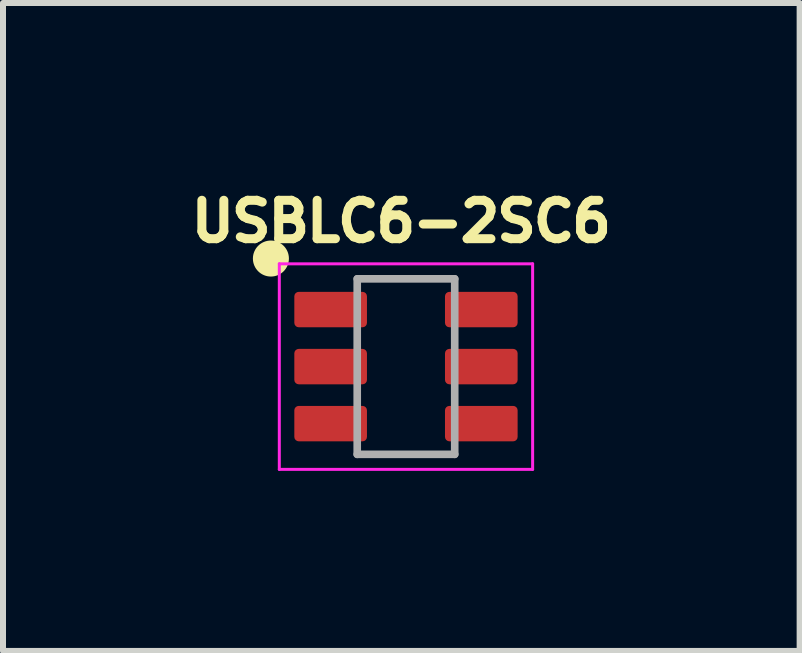
<source format=kicad_pcb>
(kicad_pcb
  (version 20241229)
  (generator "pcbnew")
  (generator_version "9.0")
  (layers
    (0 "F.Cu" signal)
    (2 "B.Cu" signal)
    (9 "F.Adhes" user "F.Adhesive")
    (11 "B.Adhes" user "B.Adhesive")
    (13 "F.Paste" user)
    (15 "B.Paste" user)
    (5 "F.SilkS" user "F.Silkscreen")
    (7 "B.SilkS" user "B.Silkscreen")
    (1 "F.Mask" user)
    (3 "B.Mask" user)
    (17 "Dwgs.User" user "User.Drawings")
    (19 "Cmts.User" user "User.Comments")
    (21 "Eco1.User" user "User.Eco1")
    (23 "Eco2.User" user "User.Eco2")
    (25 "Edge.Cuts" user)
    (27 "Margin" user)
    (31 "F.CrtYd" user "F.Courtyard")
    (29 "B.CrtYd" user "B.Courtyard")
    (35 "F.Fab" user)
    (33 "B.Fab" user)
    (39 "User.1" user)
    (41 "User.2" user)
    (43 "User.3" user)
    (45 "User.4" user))
  (footprint "USBLC6-2SC6"
    (layer "F.Cu")
    (at 3.713 3.057)
    (property "Reference" "USBLC6-2SC6" (at -0.078 -2.419 0) (layer "F.SilkS") (effects (font (size 0.64 0.64) (thickness 0.15))))
    (attr smd)
    (fp_circle (center -2.25 -1.8) (end -2.05 -1.8) (stroke (width 0.2) (type solid)) (fill yes) (layer "F.SilkS"))
    (fp_line (start -2.11 -1.712) (end -2.11 1.712) (stroke (width 0.05) (type solid)) (layer "F.CrtYd"))
    (fp_line (start -2.11 1.712) (end 2.11 1.712) (stroke (width 0.05) (type solid)) (layer "F.CrtYd"))
    (fp_line (start 2.11 -1.712) (end -2.11 -1.712) (stroke (width 0.05) (type solid)) (layer "F.CrtYd"))
    (fp_line (start 2.11 1.712) (end 2.11 -1.712) (stroke (width 0.05) (type solid)) (layer "F.CrtYd"))
    (fp_line (start -0.812 -1.462) (end 0.812 -1.462) (stroke (width 0.127) (type solid)) (layer "F.Fab"))
    (fp_line (start -0.812 1.462) (end -0.812 -1.462) (stroke (width 0.127) (type solid)) (layer "F.Fab"))
    (fp_line (start 0.812 -1.462) (end 0.812 1.462) (stroke (width 0.127) (type solid)) (layer "F.Fab"))
    (fp_line (start 0.812 1.462) (end -0.812 1.462) (stroke (width 0.127) (type solid)) (layer "F.Fab"))
    (pad "1" smd roundrect (at -1.255 -0.95) (size 1.21 0.59) (layers "F.Cu" "F.Mask" "F.Paste") (roundrect_rratio 0.125))
    (pad "2" smd roundrect (at -1.255 0) (size 1.21 0.59) (layers "F.Cu" "F.Mask" "F.Paste") (roundrect_rratio 0.125))
    (pad "3" smd roundrect (at -1.255 0.95) (size 1.21 0.59) (layers "F.Cu" "F.Mask" "F.Paste") (roundrect_rratio 0.125))
    (pad "4" smd roundrect (at 1.255 0.95) (size 1.21 0.59) (layers "F.Cu" "F.Mask" "F.Paste") (roundrect_rratio 0.125))
    (pad "5" smd roundrect (at 1.255 0) (size 1.21 0.59) (layers "F.Cu" "F.Mask" "F.Paste") (roundrect_rratio 0.125))
    (pad "6" smd roundrect (at 1.255 -0.95) (size 1.21 0.59) (layers "F.Cu" "F.Mask" "F.Paste") (roundrect_rratio 0.125)))
  (gr_rect
    (start -3 -3)
    (end 10.271 7.794)
    (stroke (width 0.1) (type default))
    (fill no)
    (layer "Edge.Cuts")))
</source>
